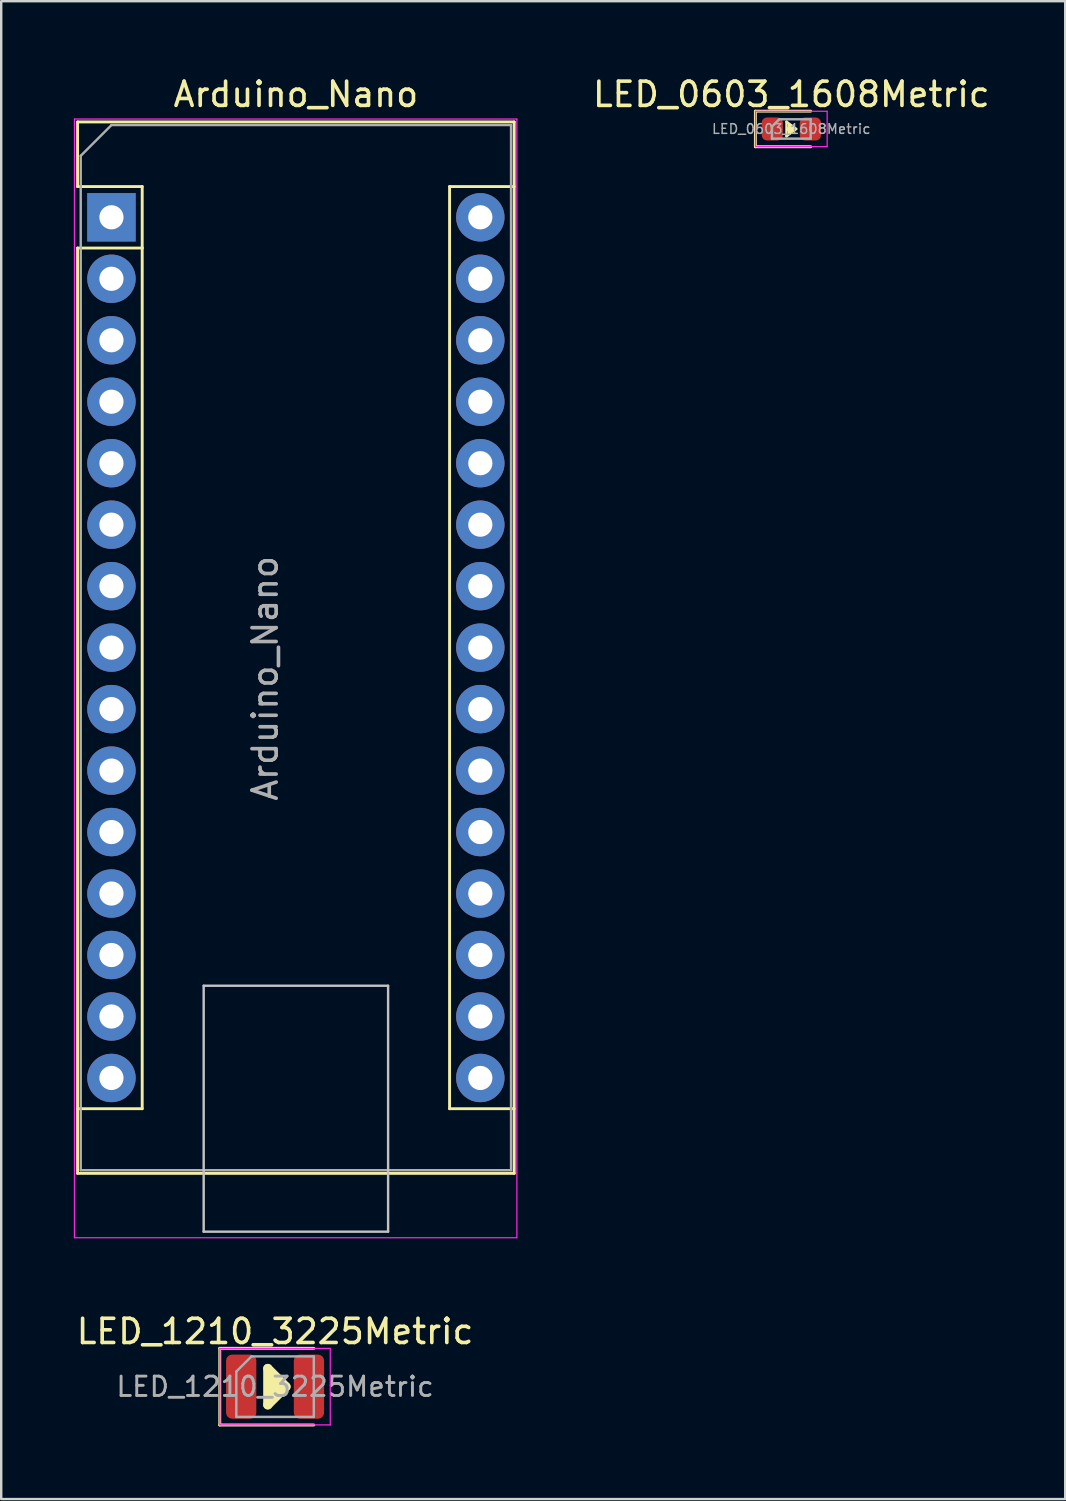
<source format=kicad_pcb>
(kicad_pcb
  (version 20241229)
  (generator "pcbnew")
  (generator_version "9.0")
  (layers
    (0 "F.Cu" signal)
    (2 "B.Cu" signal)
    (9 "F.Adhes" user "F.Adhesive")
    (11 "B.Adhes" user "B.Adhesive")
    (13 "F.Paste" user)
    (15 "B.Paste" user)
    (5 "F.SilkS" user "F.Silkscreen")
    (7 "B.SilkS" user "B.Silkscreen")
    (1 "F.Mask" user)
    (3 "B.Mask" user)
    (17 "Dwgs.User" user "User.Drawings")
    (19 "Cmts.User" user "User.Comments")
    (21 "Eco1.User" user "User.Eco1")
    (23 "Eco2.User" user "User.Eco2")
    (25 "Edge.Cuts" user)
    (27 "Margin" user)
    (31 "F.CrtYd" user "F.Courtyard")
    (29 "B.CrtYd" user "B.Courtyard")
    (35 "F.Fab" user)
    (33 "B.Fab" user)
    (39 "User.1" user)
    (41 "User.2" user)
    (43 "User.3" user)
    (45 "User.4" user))
  (footprint "LED_1210_3225Metric"
    (layer "F.Cu")
    (at 8.315 54.242)
    (property "Reference" "LED_1210_3225Metric" (at 0 -2.28 0) (layer "F.SilkS") (effects (font (size 1 1) (thickness 0.15))))
    (attr smd)
    (fp_line (start -2.285 -1.585) (end -2.285 1.585) (stroke (width 0.12) (type solid)) (layer "F.SilkS"))
    (fp_line (start -2.285 1.585) (end 1.6 1.585) (stroke (width 0.12) (type solid)) (layer "F.SilkS"))
    (fp_line (start -0.3 -0.75) (end -0.3 0.75) (stroke (width 0.381) (type solid)) (layer "F.SilkS"))
    (fp_line (start -0.3 -0.75) (end 0.45 0) (stroke (width 0.381) (type solid)) (layer "F.SilkS"))
    (fp_line (start 0.05 -0.35) (end 0.05 0.35) (stroke (width 0.381) (type solid)) (layer "F.SilkS"))
    (fp_line (start 0.45 0) (end -0.3 0.75) (stroke (width 0.381) (type solid)) (layer "F.SilkS"))
    (fp_line (start 1.6 -1.585) (end -2.285 -1.585) (stroke (width 0.12) (type solid)) (layer "F.SilkS"))
    (fp_line (start -2.28 -1.58) (end 2.28 -1.58) (stroke (width 0.05) (type solid)) (layer "F.CrtYd"))
    (fp_line (start -2.28 1.58) (end -2.28 -1.58) (stroke (width 0.05) (type solid)) (layer "F.CrtYd"))
    (fp_line (start 2.28 -1.58) (end 2.28 1.58) (stroke (width 0.05) (type solid)) (layer "F.CrtYd"))
    (fp_line (start 2.28 1.58) (end -2.28 1.58) (stroke (width 0.05) (type solid)) (layer "F.CrtYd"))
    (fp_line (start -1.6 -0.625) (end -1.6 1.25) (stroke (width 0.1) (type solid)) (layer "F.Fab"))
    (fp_line (start -1.6 1.25) (end 1.6 1.25) (stroke (width 0.1) (type solid)) (layer "F.Fab"))
    (fp_line (start -0.975 -1.25) (end -1.6 -0.625) (stroke (width 0.1) (type solid)) (layer "F.Fab"))
    (fp_line (start 1.6 -1.25) (end -0.975 -1.25) (stroke (width 0.1) (type solid)) (layer "F.Fab"))
    (fp_line (start 1.6 1.25) (end 1.6 -1.25) (stroke (width 0.1) (type solid)) (layer "F.Fab"))
    (fp_text user "${REFERENCE}" (at 0 0 0) (layer "F.Fab") (effects (font (size 0.8 0.8) (thickness 0.12))))
    (pad "1" smd roundrect (at -1.4 0) (size 1.25 2.65) (layers "F.Cu" "F.Mask" "F.Paste") (roundrect_rratio 0.2))
    (pad "2" smd roundrect (at 1.4 0) (size 1.25 2.65) (layers "F.Cu" "F.Mask" "F.Paste") (roundrect_rratio 0.2)))
  (footprint "LED_0603_1608Metric"
    (layer "F.Cu")
    (at 29.645 2.278)
    (property "Reference" "LED_0603_1608Metric" (at 0 -1.43 0) (layer "F.SilkS") (effects (font (size 1 1) (thickness 0.15))))
    (attr smd)
    (fp_line (start -1.485 -0.735) (end -1.485 0.735) (stroke (width 0.12) (type solid)) (layer "F.SilkS"))
    (fp_line (start -1.485 0.735) (end 0.8 0.735) (stroke (width 0.12) (type solid)) (layer "F.SilkS"))
    (fp_line (start -0.2 -0.3) (end -0.2 0.3) (stroke (width 0.1) (type solid)) (layer "F.SilkS"))
    (fp_line (start -0.2 0.3) (end 0.2 0) (stroke (width 0.1) (type solid)) (layer "F.SilkS"))
    (fp_line (start -0.1 -0.2) (end -0.1 0.2) (stroke (width 0.1) (type solid)) (layer "F.SilkS"))
    (fp_line (start -0.05 0.1) (end -0.05 -0.1) (stroke (width 0.1) (type solid)) (layer "F.SilkS"))
    (fp_line (start 0.1 0) (end -0.1 0) (stroke (width 0.2) (type solid)) (layer "F.SilkS"))
    (fp_line (start 0.2 0) (end -0.2 -0.3) (stroke (width 0.1) (type solid)) (layer "F.SilkS"))
    (fp_line (start 0.8 -0.735) (end -1.485 -0.735) (stroke (width 0.12) (type solid)) (layer "F.SilkS"))
    (fp_line (start -1.48 -0.73) (end 1.48 -0.73) (stroke (width 0.05) (type solid)) (layer "F.CrtYd"))
    (fp_line (start -1.48 0.73) (end -1.48 -0.73) (stroke (width 0.05) (type solid)) (layer "F.CrtYd"))
    (fp_line (start 1.48 -0.73) (end 1.48 0.73) (stroke (width 0.05) (type solid)) (layer "F.CrtYd"))
    (fp_line (start 1.48 0.73) (end -1.48 0.73) (stroke (width 0.05) (type solid)) (layer "F.CrtYd"))
    (fp_line (start -0.8 -0.1) (end -0.8 0.4) (stroke (width 0.1) (type solid)) (layer "F.Fab"))
    (fp_line (start -0.8 0.4) (end 0.8 0.4) (stroke (width 0.1) (type solid)) (layer "F.Fab"))
    (fp_line (start -0.5 -0.4) (end -0.8 -0.1) (stroke (width 0.1) (type solid)) (layer "F.Fab"))
    (fp_line (start 0.8 -0.4) (end -0.5 -0.4) (stroke (width 0.1) (type solid)) (layer "F.Fab"))
    (fp_line (start 0.8 0.4) (end 0.8 -0.4) (stroke (width 0.1) (type solid)) (layer "F.Fab"))
    (fp_text user "${REFERENCE}" (at 0 0 0) (layer "F.Fab") (effects (font (size 0.4 0.4) (thickness 0.06))))
    (pad "1" smd roundrect (at -0.787 0) (size 0.875 0.95) (layers "F.Cu" "F.Mask" "F.Paste") (roundrect_rratio 0.25))
    (pad "2" smd roundrect (at 0.787 0) (size 0.875 0.95) (layers "F.Cu" "F.Mask" "F.Paste") (roundrect_rratio 0.25)))
  (footprint "Arduino_Nano"
    (layer "F.Cu")
    (at 1.555 5.928)
    (property "Reference" "Arduino_Nano" (at 7.62 -5.08 0) (layer "F.SilkS") (effects (font (size 1 1) (thickness 0.15))))
    (attr through_hole)
    (fp_line (start -1.4 -3.94) (end -1.4 -1.27) (stroke (width 0.12) (type solid)) (layer "F.SilkS"))
    (fp_line (start -1.4 1.27) (end -1.4 39.5) (stroke (width 0.12) (type solid)) (layer "F.SilkS"))
    (fp_line (start -1.4 39.5) (end 16.64 39.5) (stroke (width 0.12) (type solid)) (layer "F.SilkS"))
    (fp_line (start 1.27 -1.27) (end -1.4 -1.27) (stroke (width 0.12) (type solid)) (layer "F.SilkS"))
    (fp_line (start 1.27 1.27) (end -1.4 1.27) (stroke (width 0.12) (type solid)) (layer "F.SilkS"))
    (fp_line (start 1.27 1.27) (end 1.27 -1.27) (stroke (width 0.12) (type solid)) (layer "F.SilkS"))
    (fp_line (start 1.27 1.27) (end 1.27 36.83) (stroke (width 0.12) (type solid)) (layer "F.SilkS"))
    (fp_line (start 1.27 36.83) (end -1.4 36.83) (stroke (width 0.12) (type solid)) (layer "F.SilkS"))
    (fp_line (start 13.97 -1.27) (end 13.97 36.83) (stroke (width 0.12) (type solid)) (layer "F.SilkS"))
    (fp_line (start 13.97 -1.27) (end 16.64 -1.27) (stroke (width 0.12) (type solid)) (layer "F.SilkS"))
    (fp_line (start 13.97 36.83) (end 16.64 36.83) (stroke (width 0.12) (type solid)) (layer "F.SilkS"))
    (fp_line (start 16.64 -3.94) (end -1.4 -3.94) (stroke (width 0.12) (type solid)) (layer "F.SilkS"))
    (fp_line (start 16.64 39.5) (end 16.64 -3.94) (stroke (width 0.12) (type solid)) (layer "F.SilkS"))
    (fp_line (start 3.81 31.75) (end 11.43 31.75) (stroke (width 0.1) (type solid)) (layer "Dwgs.User"))
    (fp_line (start 3.81 41.91) (end 3.81 31.75) (stroke (width 0.1) (type solid)) (layer "Dwgs.User"))
    (fp_line (start 11.43 31.75) (end 11.43 41.91) (stroke (width 0.1) (type solid)) (layer "Dwgs.User"))
    (fp_line (start 11.43 41.91) (end 3.81 41.91) (stroke (width 0.1) (type solid)) (layer "Dwgs.User"))
    (fp_line (start -1.53 -4.06) (end -1.53 42.16) (stroke (width 0.05) (type solid)) (layer "F.CrtYd"))
    (fp_line (start -1.53 -4.06) (end 16.75 -4.06) (stroke (width 0.05) (type solid)) (layer "F.CrtYd"))
    (fp_line (start 16.75 42.16) (end -1.53 42.16) (stroke (width 0.05) (type solid)) (layer "F.CrtYd"))
    (fp_line (start 16.75 42.16) (end 16.75 -4.06) (stroke (width 0.05) (type solid)) (layer "F.CrtYd"))
    (fp_line (start -1.27 -2.54) (end 0 -3.81) (stroke (width 0.1) (type solid)) (layer "F.Fab"))
    (fp_line (start -1.27 39.37) (end -1.27 -2.54) (stroke (width 0.1) (type solid)) (layer "F.Fab"))
    (fp_line (start 0 -3.81) (end 16.51 -3.81) (stroke (width 0.1) (type solid)) (layer "F.Fab"))
    (fp_line (start 16.51 -3.81) (end 16.51 39.37) (stroke (width 0.1) (type solid)) (layer "F.Fab"))
    (fp_line (start 16.51 39.37) (end -1.27 39.37) (stroke (width 0.1) (type solid)) (layer "F.Fab"))
    (fp_text user "${REFERENCE}" (at 6.35 19.05 90) (layer "F.Fab") (effects (font (size 1 1) (thickness 0.15))))
    (pad "1" thru_hole rect (at 0 0) (size 2 2) (drill 1) (layers "*.Cu" "*.Mask"))
    (pad "2" thru_hole oval (at 0 2.54) (size 2 2) (drill 1) (layers "*.Cu" "*.Mask"))
    (pad "3" thru_hole oval (at 0 5.08) (size 2 2) (drill 1) (layers "*.Cu" "*.Mask"))
    (pad "4" thru_hole oval (at 0 7.62) (size 2 2) (drill 1) (layers "*.Cu" "*.Mask"))
    (pad "5" thru_hole oval (at 0 10.16) (size 2 2) (drill 1) (layers "*.Cu" "*.Mask"))
    (pad "6" thru_hole oval (at 0 12.7) (size 2 2) (drill 1) (layers "*.Cu" "*.Mask"))
    (pad "7" thru_hole oval (at 0 15.24) (size 2 2) (drill 1) (layers "*.Cu" "*.Mask"))
    (pad "8" thru_hole oval (at 0 17.78) (size 2 2) (drill 1) (layers "*.Cu" "*.Mask"))
    (pad "9" thru_hole oval (at 0 20.32) (size 2 2) (drill 1) (layers "*.Cu" "*.Mask"))
    (pad "10" thru_hole oval (at 0 22.86) (size 2 2) (drill 1) (layers "*.Cu" "*.Mask"))
    (pad "11" thru_hole oval (at 0 25.4) (size 2 2) (drill 1) (layers "*.Cu" "*.Mask"))
    (pad "12" thru_hole oval (at 0 27.94) (size 2 2) (drill 1) (layers "*.Cu" "*.Mask"))
    (pad "13" thru_hole oval (at 0 30.48) (size 2 2) (drill 1) (layers "*.Cu" "*.Mask"))
    (pad "14" thru_hole oval (at 0 33.02) (size 2 2) (drill 1) (layers "*.Cu" "*.Mask"))
    (pad "15" thru_hole oval (at 0 35.56) (size 2 2) (drill 1) (layers "*.Cu" "*.Mask"))
    (pad "16" thru_hole oval (at 15.24 35.56) (size 2 2) (drill 1) (layers "*.Cu" "*.Mask"))
    (pad "17" thru_hole oval (at 15.24 33.02) (size 2 2) (drill 1) (layers "*.Cu" "*.Mask"))
    (pad "18" thru_hole oval (at 15.24 30.48) (size 2 2) (drill 1) (layers "*.Cu" "*.Mask"))
    (pad "19" thru_hole oval (at 15.24 27.94) (size 2 2) (drill 1) (layers "*.Cu" "*.Mask"))
    (pad "20" thru_hole oval (at 15.24 25.4) (size 2 2) (drill 1) (layers "*.Cu" "*.Mask"))
    (pad "21" thru_hole oval (at 15.24 22.86) (size 2 2) (drill 1) (layers "*.Cu" "*.Mask"))
    (pad "22" thru_hole oval (at 15.24 20.32) (size 2 2) (drill 1) (layers "*.Cu" "*.Mask"))
    (pad "23" thru_hole oval (at 15.24 17.78) (size 2 2) (drill 1) (layers "*.Cu" "*.Mask"))
    (pad "24" thru_hole oval (at 15.24 15.24) (size 2 2) (drill 1) (layers "*.Cu" "*.Mask"))
    (pad "25" thru_hole oval (at 15.24 12.7) (size 2 2) (drill 1) (layers "*.Cu" "*.Mask"))
    (pad "26" thru_hole oval (at 15.24 10.16) (size 2 2) (drill 1) (layers "*.Cu" "*.Mask"))
    (pad "27" thru_hole oval (at 15.24 7.62) (size 2 2) (drill 1) (layers "*.Cu" "*.Mask"))
    (pad "28" thru_hole oval (at 15.24 5.08) (size 2 2) (drill 1) (layers "*.Cu" "*.Mask"))
    (pad "29" thru_hole oval (at 15.24 2.54) (size 2 2) (drill 1) (layers "*.Cu" "*.Mask"))
    (pad "30" thru_hole oval (at 15.24 0) (size 2 2) (drill 1) (layers "*.Cu" "*.Mask")))
  (gr_rect
    (start -3 -3)
    (end 40.961 58.886)
    (stroke (width 0.1) (type default))
    (fill no)
    (layer "Edge.Cuts")))
</source>
